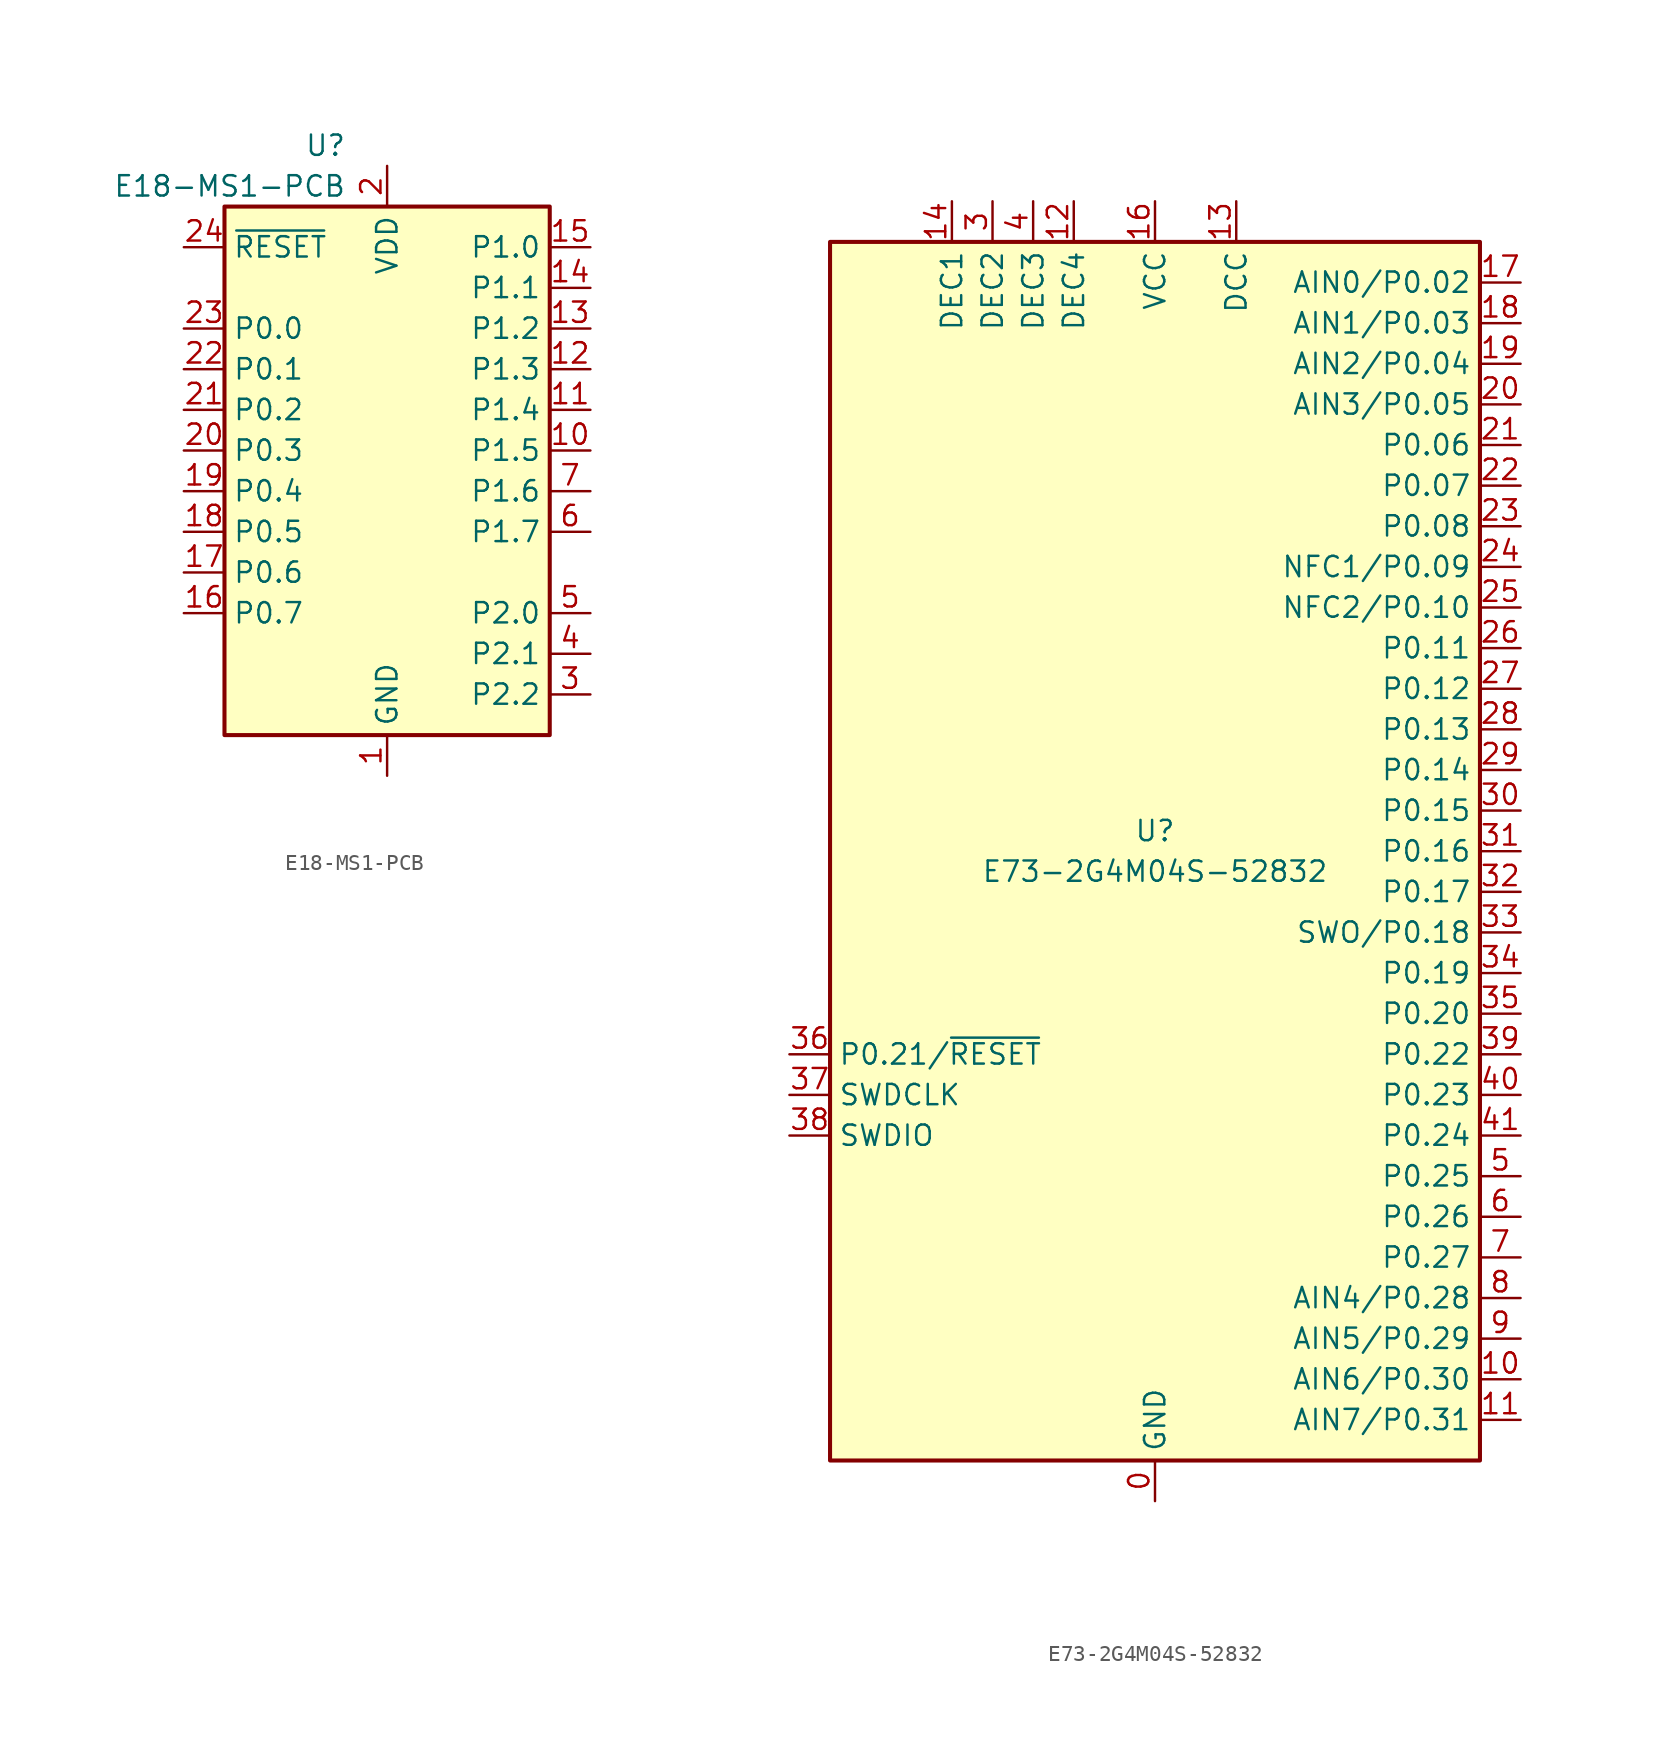
<source format=kicad_sym>
(kicad_symbol_lib
  (version 20211014)
  (generator kicad_symbol_editor)
  (symbol "E18-MS1-PCB"
    (property "Reference" "U"
      (at -2.54 21.59 0)
      (effects (font (size 1.27 1.27)) (justify right)))
    (property "Value" "E18-MS1-PCB"
      (at -2.54 19.05 0)
      (effects (font (size 1.27 1.27)) (justify right)))
    (symbol "E18-MS1-PCB_0_1"
      (rectangle (start -10.16 17.78) (end 10.16 -15.24) (stroke (width 0.254) (type default) (color 0 0 0 0)) (fill (type background))))
    (symbol "E18-MS1-PCB_1_1"
      (pin power_in line (at 0 -17.78 90) (length 2.54) (name "GND" (effects (font (size 1.27 1.27)))) (number "1" (effects (font (size 1.27 1.27)))))
      (pin bidirectional line (at 12.7 2.54 180) (length 2.54) (name "P1.5" (effects (font (size 1.27 1.27)))) (number "10" (effects (font (size 1.27 1.27)))))
      (pin bidirectional line (at 12.7 5.08 180) (length 2.54) (name "P1.4" (effects (font (size 1.27 1.27)))) (number "11" (effects (font (size 1.27 1.27)))))
      (pin bidirectional line (at 12.7 7.62 180) (length 2.54) (name "P1.3" (effects (font (size 1.27 1.27)))) (number "12" (effects (font (size 1.27 1.27)))))
      (pin bidirectional line (at 12.7 10.16 180) (length 2.54) (name "P1.2" (effects (font (size 1.27 1.27)))) (number "13" (effects (font (size 1.27 1.27)))))
      (pin bidirectional line (at 12.7 12.7 180) (length 2.54) (name "P1.1" (effects (font (size 1.27 1.27)))) (number "14" (effects (font (size 1.27 1.27)))))
      (pin bidirectional line (at 12.7 15.24 180) (length 2.54) (name "P1.0" (effects (font (size 1.27 1.27)))) (number "15" (effects (font (size 1.27 1.27)))))
      (pin bidirectional line (at -12.7 -7.62 0) (length 2.54) (name "P0.7" (effects (font (size 1.27 1.27)))) (number "16" (effects (font (size 1.27 1.27)))))
      (pin bidirectional line (at -12.7 -5.08 0) (length 2.54) (name "P0.6" (effects (font (size 1.27 1.27)))) (number "17" (effects (font (size 1.27 1.27)))))
      (pin bidirectional line (at -12.7 -2.54 0) (length 2.54) (name "P0.5" (effects (font (size 1.27 1.27)))) (number "18" (effects (font (size 1.27 1.27)))))
      (pin bidirectional line (at -12.7 0 0) (length 2.54) (name "P0.4" (effects (font (size 1.27 1.27)))) (number "19" (effects (font (size 1.27 1.27)))))
      (pin power_in line (at 0 20.32 270) (length 2.54) (name "VDD" (effects (font (size 1.27 1.27)))) (number "2" (effects (font (size 1.27 1.27)))))
      (pin bidirectional line (at -12.7 2.54 0) (length 2.54) (name "P0.3" (effects (font (size 1.27 1.27)))) (number "20" (effects (font (size 1.27 1.27)))))
      (pin bidirectional line (at -12.7 5.08 0) (length 2.54) (name "P0.2" (effects (font (size 1.27 1.27)))) (number "21" (effects (font (size 1.27 1.27)))))
      (pin bidirectional line (at -12.7 7.62 0) (length 2.54) (name "P0.1" (effects (font (size 1.27 1.27)))) (number "22" (effects (font (size 1.27 1.27)))))
      (pin bidirectional line (at -12.7 10.16 0) (length 2.54) (name "P0.0" (effects (font (size 1.27 1.27)))) (number "23" (effects (font (size 1.27 1.27)))))
      (pin input line (at -12.7 15.24 0) (length 2.54) (name "~{RESET}" (effects (font (size 1.27 1.27)))) (number "24" (effects (font (size 1.27 1.27)))))
      (pin bidirectional line (at 12.7 -12.7 180) (length 2.54) (name "P2.2" (effects (font (size 1.27 1.27)))) (number "3" (effects (font (size 1.27 1.27)))))
      (pin bidirectional line (at 12.7 -10.16 180) (length 2.54) (name "P2.1" (effects (font (size 1.27 1.27)))) (number "4" (effects (font (size 1.27 1.27)))))
      (pin bidirectional line (at 12.7 -7.62 180) (length 2.54) (name "P2.0" (effects (font (size 1.27 1.27)))) (number "5" (effects (font (size 1.27 1.27)))))
      (pin bidirectional line (at 12.7 -2.54 180) (length 2.54) (name "P1.7" (effects (font (size 1.27 1.27)))) (number "6" (effects (font (size 1.27 1.27)))))
      (pin bidirectional line (at 12.7 0 180) (length 2.54) (name "P1.6" (effects (font (size 1.27 1.27)))) (number "7" (effects (font (size 1.27 1.27)))))
      (pin no_connect line (at -10.16 -10.16 0) (length 2.54) hide (name "NC" (effects (font (size 1.27 1.27)))) (number "8" (effects (font (size 1.27 1.27)))))
      (pin no_connect line (at -10.16 -12.7 0) (length 2.54) hide (name "NC" (effects (font (size 1.27 1.27)))) (number "9" (effects (font (size 1.27 1.27)))))))
  (symbol "E73-2G4M04S-52832"
    (property "Reference" "U"
      (at 0 1.27 0)
      (effects (font (size 1.27 1.27))))
    (property "Value" "E73-2G4M04S-52832"
      (at 0 -1.27 0)
      (effects (font (size 1.27 1.27))))
    (symbol "E73-2G4M04S-52832_0_1"
      (rectangle (start 20.32 38.1) (end -20.32 -38.1) (stroke (width 0.254) (type default) (color 0 0 0 0)) (fill (type background))))
    (symbol "E73-2G4M04S-52832_1_1"
      (pin power_in line (at 0 -40.64 90) (length 2.54) (name "GND" (effects (font (size 1.27 1.27)))) (number "0" (effects (font (size 1.27 1.27)))))
      (pin passive line (at 0 -40.64 90) (length 2.54) hide (name "GND" (effects (font (size 1.27 1.27)))) (number "1" (effects (font (size 1.27 1.27)))))
      (pin bidirectional line (at 22.86 -33.02 180) (length 2.54) (name "AIN6/P0.30" (effects (font (size 1.27 1.27)))) (number "10" (effects (font (size 1.27 1.27)))))
      (pin bidirectional line (at 22.86 -35.56 180) (length 2.54) (name "AIN7/P0.31" (effects (font (size 1.27 1.27)))) (number "11" (effects (font (size 1.27 1.27)))))
      (pin passive line (at -5.08 40.64 270) (length 2.54) (name "DEC4" (effects (font (size 1.27 1.27)))) (number "12" (effects (font (size 1.27 1.27)))))
      (pin power_out line (at 5.08 40.64 270) (length 2.54) (name "DCC" (effects (font (size 1.27 1.27)))) (number "13" (effects (font (size 1.27 1.27)))))
      (pin passive line (at -12.7 40.64 270) (length 2.54) (name "DEC1" (effects (font (size 1.27 1.27)))) (number "14" (effects (font (size 1.27 1.27)))))
      (pin passive line (at 0 -40.64 90) (length 2.54) hide (name "GND" (effects (font (size 1.27 1.27)))) (number "15" (effects (font (size 1.27 1.27)))))
      (pin power_in line (at 0 40.64 270) (length 2.54) (name "VCC" (effects (font (size 1.27 1.27)))) (number "16" (effects (font (size 1.27 1.27)))))
      (pin bidirectional line (at 22.86 35.56 180) (length 2.54) (name "AIN0/P0.02" (effects (font (size 1.27 1.27)))) (number "17" (effects (font (size 1.27 1.27)))))
      (pin bidirectional line (at 22.86 33.02 180) (length 2.54) (name "AIN1/P0.03" (effects (font (size 1.27 1.27)))) (number "18" (effects (font (size 1.27 1.27)))))
      (pin bidirectional line (at 22.86 30.48 180) (length 2.54) (name "AIN2/P0.04" (effects (font (size 1.27 1.27)))) (number "19" (effects (font (size 1.27 1.27)))))
      (pin passive line (at 0 -40.64 90) (length 2.54) hide (name "GND" (effects (font (size 1.27 1.27)))) (number "2" (effects (font (size 1.27 1.27)))))
      (pin bidirectional line (at 22.86 27.94 180) (length 2.54) (name "AIN3/P0.05" (effects (font (size 1.27 1.27)))) (number "20" (effects (font (size 1.27 1.27)))))
      (pin bidirectional line (at 22.86 25.4 180) (length 2.54) (name "P0.06" (effects (font (size 1.27 1.27)))) (number "21" (effects (font (size 1.27 1.27)))))
      (pin bidirectional line (at 22.86 22.86 180) (length 2.54) (name "P0.07" (effects (font (size 1.27 1.27)))) (number "22" (effects (font (size 1.27 1.27)))))
      (pin bidirectional line (at 22.86 20.32 180) (length 2.54) (name "P0.08" (effects (font (size 1.27 1.27)))) (number "23" (effects (font (size 1.27 1.27)))))
      (pin bidirectional line (at 22.86 17.78 180) (length 2.54) (name "NFC1/P0.09" (effects (font (size 1.27 1.27)))) (number "24" (effects (font (size 1.27 1.27)))))
      (pin bidirectional line (at 22.86 15.24 180) (length 2.54) (name "NFC2/P0.10" (effects (font (size 1.27 1.27)))) (number "25" (effects (font (size 1.27 1.27)))))
      (pin bidirectional line (at 22.86 12.7 180) (length 2.54) (name "P0.11" (effects (font (size 1.27 1.27)))) (number "26" (effects (font (size 1.27 1.27)))))
      (pin bidirectional line (at 22.86 10.16 180) (length 2.54) (name "P0.12" (effects (font (size 1.27 1.27)))) (number "27" (effects (font (size 1.27 1.27)))))
      (pin bidirectional line (at 22.86 7.62 180) (length 2.54) (name "P0.13" (effects (font (size 1.27 1.27)))) (number "28" (effects (font (size 1.27 1.27)))))
      (pin bidirectional line (at 22.86 5.08 180) (length 2.54) (name "P0.14" (effects (font (size 1.27 1.27)))) (number "29" (effects (font (size 1.27 1.27)))))
      (pin passive line (at -10.16 40.64 270) (length 2.54) (name "DEC2" (effects (font (size 1.27 1.27)))) (number "3" (effects (font (size 1.27 1.27)))))
      (pin bidirectional line (at 22.86 2.54 180) (length 2.54) (name "P0.15" (effects (font (size 1.27 1.27)))) (number "30" (effects (font (size 1.27 1.27)))))
      (pin bidirectional line (at 22.86 0 180) (length 2.54) (name "P0.16" (effects (font (size 1.27 1.27)))) (number "31" (effects (font (size 1.27 1.27)))))
      (pin bidirectional line (at 22.86 -2.54 180) (length 2.54) (name "P0.17" (effects (font (size 1.27 1.27)))) (number "32" (effects (font (size 1.27 1.27)))))
      (pin bidirectional line (at 22.86 -5.08 180) (length 2.54) (name "SWO/P0.18" (effects (font (size 1.27 1.27)))) (number "33" (effects (font (size 1.27 1.27)))))
      (pin bidirectional line (at 22.86 -7.62 180) (length 2.54) (name "P0.19" (effects (font (size 1.27 1.27)))) (number "34" (effects (font (size 1.27 1.27)))))
      (pin bidirectional line (at 22.86 -10.16 180) (length 2.54) (name "P0.20" (effects (font (size 1.27 1.27)))) (number "35" (effects (font (size 1.27 1.27)))))
      (pin bidirectional line (at -22.86 -12.7 0) (length 2.54) (name "P0.21/~{RESET}" (effects (font (size 1.27 1.27)))) (number "36" (effects (font (size 1.27 1.27)))))
      (pin input line (at -22.86 -15.24 0) (length 2.54) (name "SWDCLK" (effects (font (size 1.27 1.27)))) (number "37" (effects (font (size 1.27 1.27)))))
      (pin bidirectional line (at -22.86 -17.78 0) (length 2.54) (name "SWDIO" (effects (font (size 1.27 1.27)))) (number "38" (effects (font (size 1.27 1.27)))))
      (pin bidirectional line (at 22.86 -12.7 180) (length 2.54) (name "P0.22" (effects (font (size 1.27 1.27)))) (number "39" (effects (font (size 1.27 1.27)))))
      (pin passive line (at -7.62 40.64 270) (length 2.54) (name "DEC3" (effects (font (size 1.27 1.27)))) (number "4" (effects (font (size 1.27 1.27)))))
      (pin bidirectional line (at 22.86 -15.24 180) (length 2.54) (name "P0.23" (effects (font (size 1.27 1.27)))) (number "40" (effects (font (size 1.27 1.27)))))
      (pin bidirectional line (at 22.86 -17.78 180) (length 2.54) (name "P0.24" (effects (font (size 1.27 1.27)))) (number "41" (effects (font (size 1.27 1.27)))))
      (pin passive line (at 0 -40.64 90) (length 2.54) hide (name "GND" (effects (font (size 1.27 1.27)))) (number "42" (effects (font (size 1.27 1.27)))))
      (pin passive line (at 0 -40.64 90) (length 2.54) hide (name "GND" (effects (font (size 1.27 1.27)))) (number "43" (effects (font (size 1.27 1.27)))))
      (pin bidirectional line (at 22.86 -20.32 180) (length 2.54) (name "P0.25" (effects (font (size 1.27 1.27)))) (number "5" (effects (font (size 1.27 1.27)))))
      (pin bidirectional line (at 22.86 -22.86 180) (length 2.54) (name "P0.26" (effects (font (size 1.27 1.27)))) (number "6" (effects (font (size 1.27 1.27)))))
      (pin bidirectional line (at 22.86 -25.4 180) (length 2.54) (name "P0.27" (effects (font (size 1.27 1.27)))) (number "7" (effects (font (size 1.27 1.27)))))
      (pin bidirectional line (at 22.86 -27.94 180) (length 2.54) (name "AIN4/P0.28" (effects (font (size 1.27 1.27)))) (number "8" (effects (font (size 1.27 1.27)))))
      (pin bidirectional line (at 22.86 -30.48 180) (length 2.54) (name "AIN5/P0.29" (effects (font (size 1.27 1.27)))) (number "9" (effects (font (size 1.27 1.27))))))))
</source>
